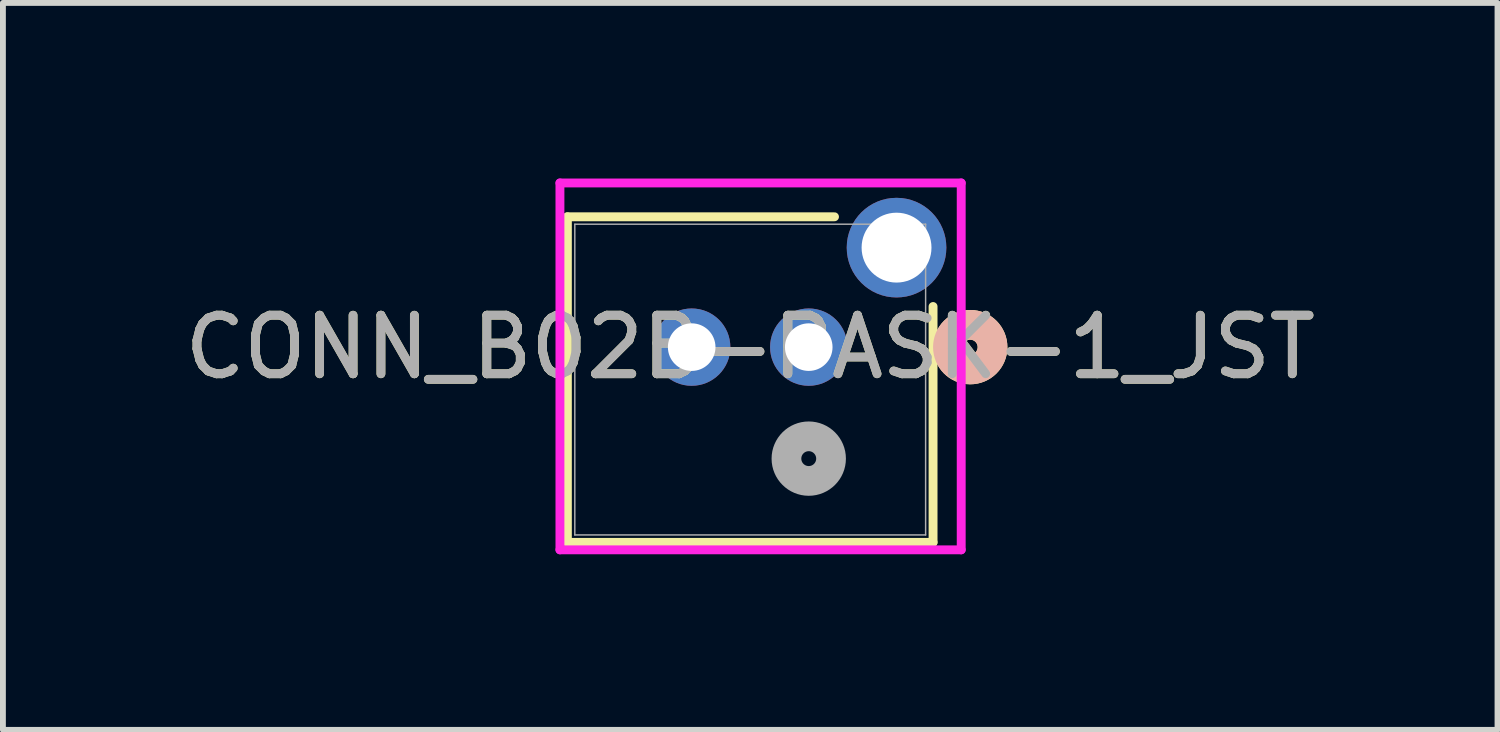
<source format=kicad_pcb>
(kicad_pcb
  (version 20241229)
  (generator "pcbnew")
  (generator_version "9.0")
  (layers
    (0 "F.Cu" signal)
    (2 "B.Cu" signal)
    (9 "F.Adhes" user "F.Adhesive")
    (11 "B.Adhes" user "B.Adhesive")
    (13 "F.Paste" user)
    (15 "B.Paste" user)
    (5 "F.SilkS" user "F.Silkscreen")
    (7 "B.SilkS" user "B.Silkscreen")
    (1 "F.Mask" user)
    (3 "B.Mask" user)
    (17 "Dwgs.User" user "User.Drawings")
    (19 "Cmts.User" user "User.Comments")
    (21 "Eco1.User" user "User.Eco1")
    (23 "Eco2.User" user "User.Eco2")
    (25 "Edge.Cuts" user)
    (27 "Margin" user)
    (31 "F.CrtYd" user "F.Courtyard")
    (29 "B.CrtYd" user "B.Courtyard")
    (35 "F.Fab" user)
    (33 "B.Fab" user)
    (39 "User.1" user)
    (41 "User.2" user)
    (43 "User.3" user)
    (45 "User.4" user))
  (footprint "CONN_B02B-PASK-1_JST"
    (layer "F.Cu")
    (at 10.768 2.881)
    (property "Reference" "CONN_B02B-PASK-1_JST" (at -1 0 0) (unlocked yes) (layer "F.SilkS") (effects (font (size 1 1) (thickness 0.15))))
    (attr through_hole)
    (fp_line (start -4.124 -2.227) (end -4.124 3.336) (stroke (width 0.152) (type solid)) (layer "F.SilkS"))
    (fp_line (start -4.124 3.336) (end 2.124 3.336) (stroke (width 0.152) (type solid)) (layer "F.SilkS"))
    (fp_line (start 0.44 -2.227) (end -4.124 -2.227) (stroke (width 0.152) (type solid)) (layer "F.SilkS"))
    (fp_line (start 2.124 3.336) (end 2.124 -0.694) (stroke (width 0.152) (type solid)) (layer "F.SilkS"))
    (fp_circle (center 2.759 0) (end 3.14 0) (stroke (width 0.508) (type solid)) (fill no) (layer "F.SilkS"))
    (fp_circle (center 2.759 0) (end 3.14 0) (stroke (width 0.508) (type solid)) (fill no) (layer "B.SilkS"))
    (fp_line (start -4.251 -2.805) (end -4.251 3.463) (stroke (width 0.152) (type solid)) (layer "F.CrtYd"))
    (fp_line (start -4.251 3.463) (end 2.605 3.463) (stroke (width 0.152) (type solid)) (layer "F.CrtYd"))
    (fp_line (start 2.605 -2.805) (end -4.251 -2.805) (stroke (width 0.152) (type solid)) (layer "F.CrtYd"))
    (fp_line (start 2.605 3.463) (end 2.605 -2.805) (stroke (width 0.152) (type solid)) (layer "F.CrtYd"))
    (fp_line (start -3.997 -2.1) (end -3.997 3.209) (stroke (width 0.025) (type solid)) (layer "F.Fab"))
    (fp_line (start -3.997 3.209) (end 1.997 3.209) (stroke (width 0.025) (type solid)) (layer "F.Fab"))
    (fp_line (start 1.997 -2.1) (end -3.997 -2.1) (stroke (width 0.025) (type solid)) (layer "F.Fab"))
    (fp_line (start 1.997 3.209) (end 1.997 -2.1) (stroke (width 0.025) (type solid)) (layer "F.Fab"))
    (fp_circle (center 0 1.905) (end 0.381 1.905) (stroke (width 0.508) (type solid)) (fill no) (layer "F.Fab"))
    (fp_text user "${REFERENCE}" (at -1 0 0) (unlocked yes) (layer "F.Fab") (effects (font (size 1 1) (thickness 0.15))))
    (pad "1" thru_hole circle (at 0 0) (size 1.321 1.321) (drill 0.813) (layers "*.Cu" "*.Mask"))
    (pad "2" thru_hole circle (at -2 0) (size 1.321 1.321) (drill 0.813) (layers "*.Cu" "*.Mask"))
    (pad "3" thru_hole circle (at 1.5 -1.7) (size 1.702 1.702) (drill 1.194) (layers "*.Cu" "*.Mask")))
  (gr_rect
    (start -3 -3)
    (end 22.536 9.42)
    (stroke (width 0.1) (type default))
    (fill no)
    (layer "Edge.Cuts")))
</source>
